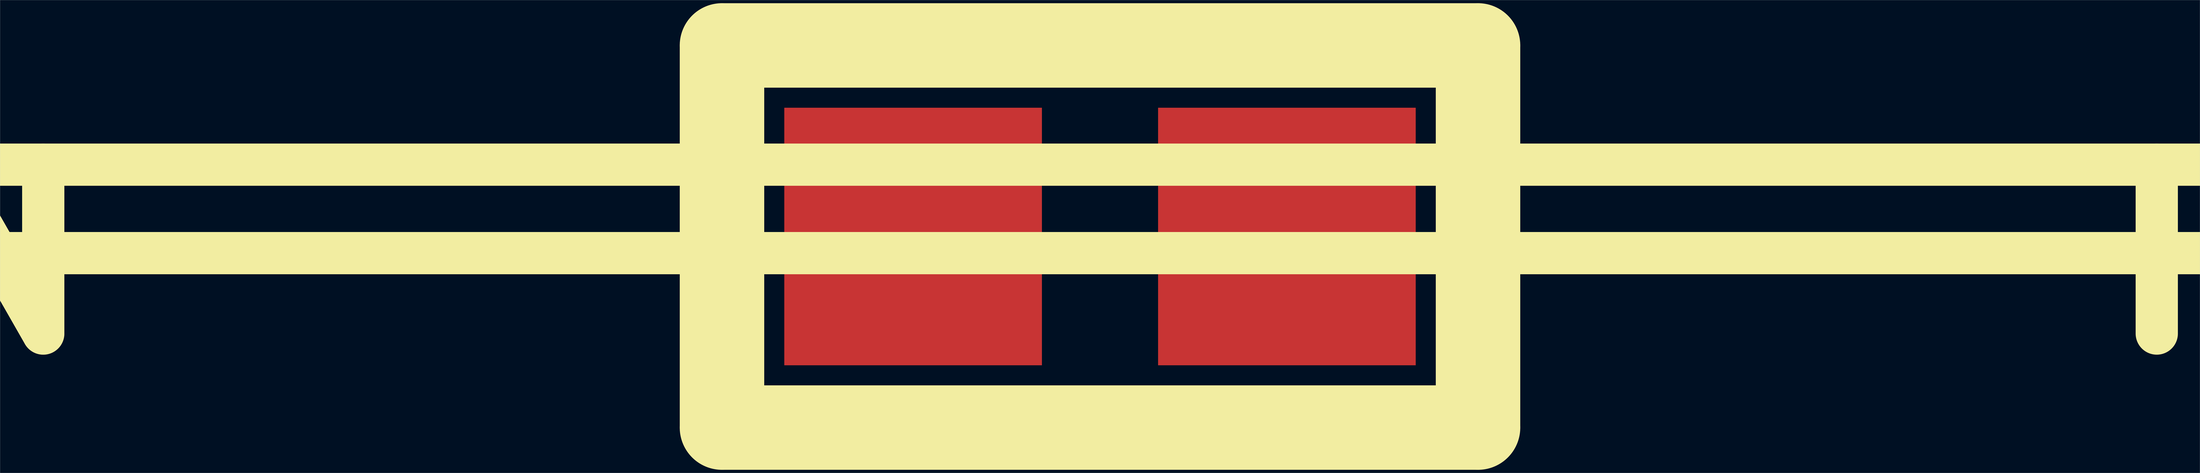
<source format=kicad_pcb>
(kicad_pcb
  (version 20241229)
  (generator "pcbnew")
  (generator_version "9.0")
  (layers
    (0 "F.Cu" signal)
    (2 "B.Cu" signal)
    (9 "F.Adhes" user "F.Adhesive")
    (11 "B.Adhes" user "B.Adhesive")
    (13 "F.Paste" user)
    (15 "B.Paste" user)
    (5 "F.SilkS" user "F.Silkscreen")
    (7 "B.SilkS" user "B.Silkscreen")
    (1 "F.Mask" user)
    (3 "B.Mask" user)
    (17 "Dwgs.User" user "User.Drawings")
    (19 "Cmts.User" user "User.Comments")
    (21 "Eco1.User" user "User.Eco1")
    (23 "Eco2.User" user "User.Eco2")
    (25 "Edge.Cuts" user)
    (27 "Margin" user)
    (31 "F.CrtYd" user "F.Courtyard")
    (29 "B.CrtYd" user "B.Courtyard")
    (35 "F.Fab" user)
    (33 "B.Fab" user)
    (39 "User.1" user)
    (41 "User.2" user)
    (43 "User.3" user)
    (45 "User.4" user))
  (footprint "IPC_CAPC1005X55N"
    (layer "F.Cu")
    (at 1038.722 221)
    (property "Reference" "IPC_CAPC1005X55N" (at 0 20 0) (layer "F.SilkS") (effects (font (size 160 160) (thickness 40))))
    (attr through_hole)
    (fp_line (start -358 -181) (end 358 -181) (stroke (width 80) (type solid)) (layer "F.SilkS"))
    (fp_line (start -358 181) (end -358 -181) (stroke (width 80) (type solid)) (layer "F.SilkS"))
    (fp_line (start 358 -181) (end 358 181) (stroke (width 80) (type solid)) (layer "F.SilkS"))
    (fp_line (start 358 181) (end -358 181) (stroke (width 80) (type solid)) (layer "F.SilkS"))
    (pad "1" smd rect (at -177 0) (size 244 244) (layers "F.Cu" "F.Mask" "F.Paste"))
    (pad "2" smd rect (at 177 0) (size 244 244) (layers "F.Cu" "F.Mask" "F.Paste")))
  (gr_rect
    (start -3 -3)
    (end 2080.443 445)
    (stroke (width 0.1) (type default))
    (fill no)
    (layer "Edge.Cuts")))
</source>
